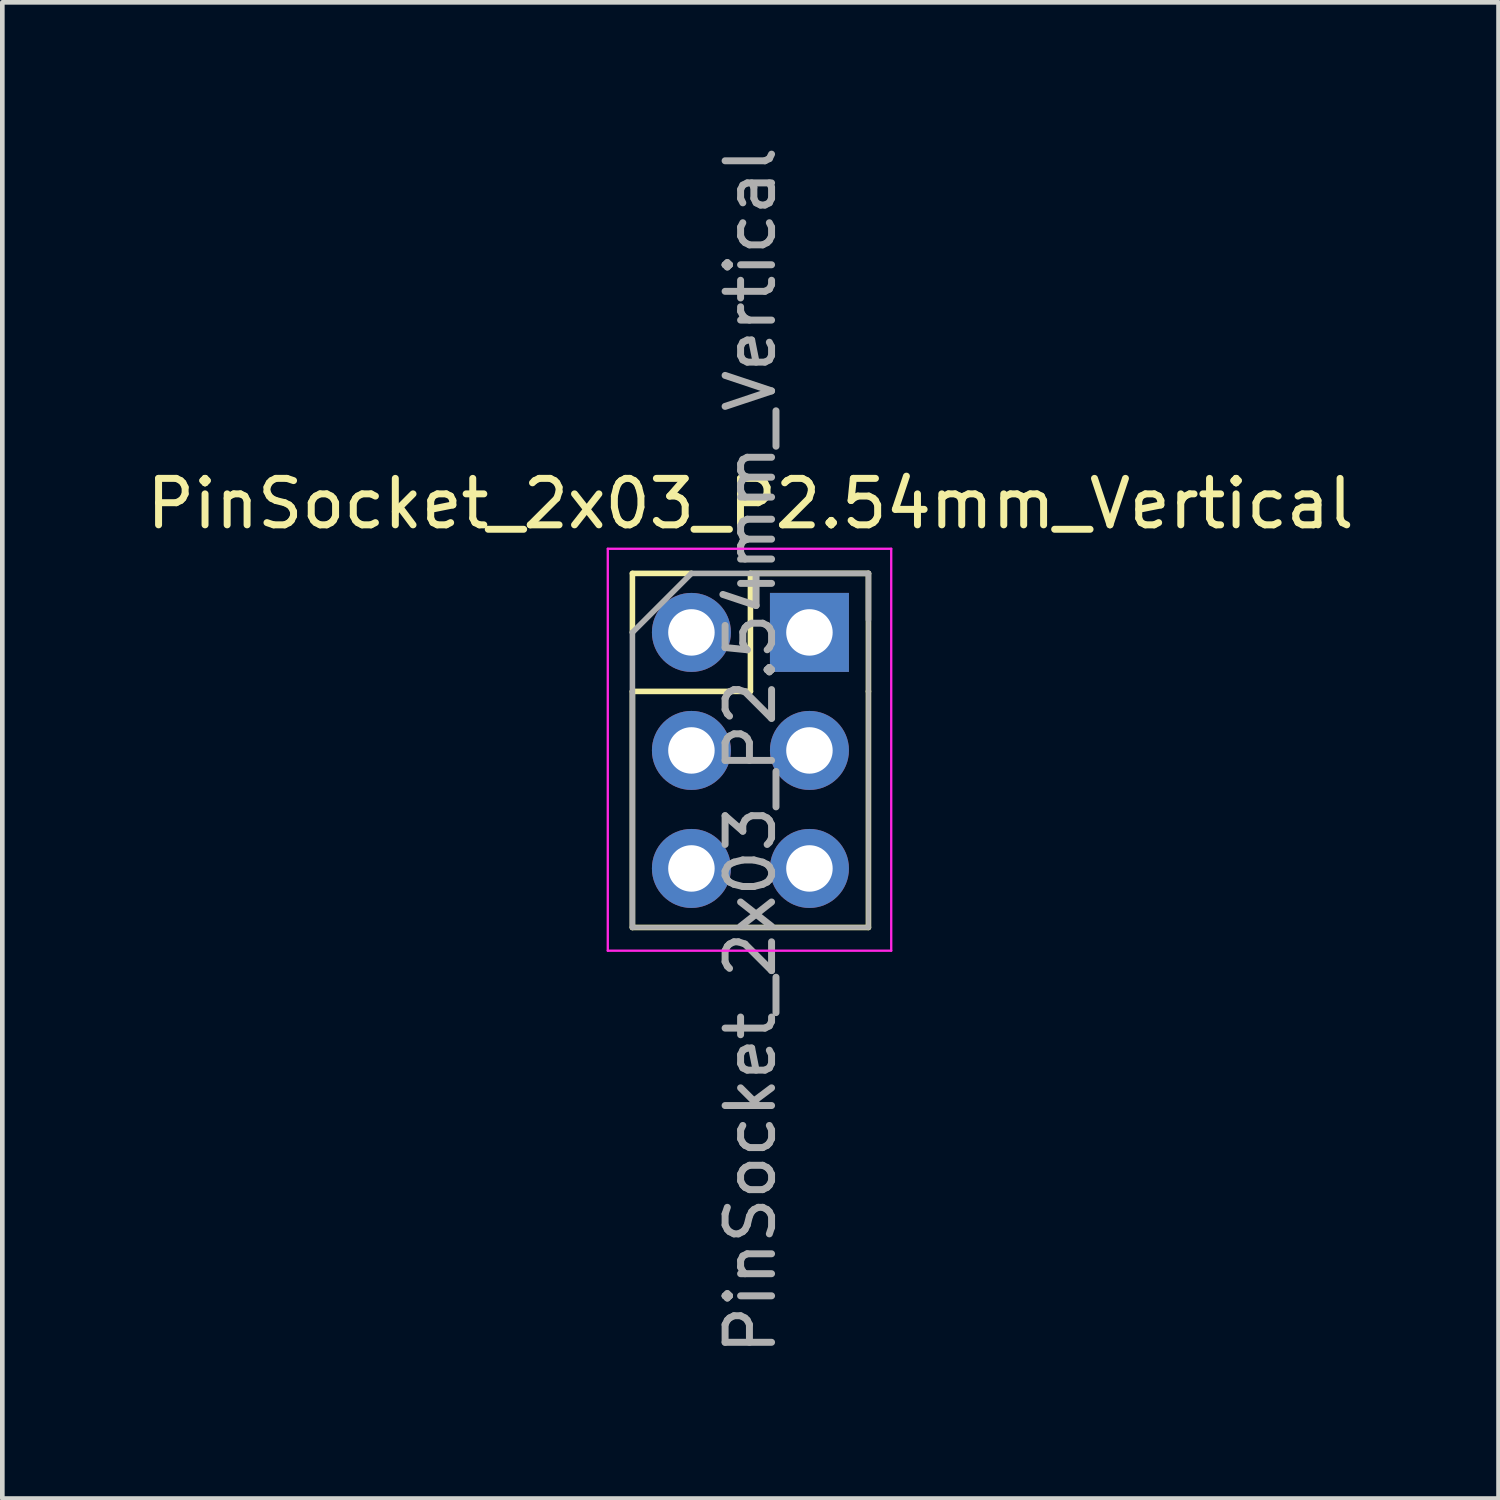
<source format=kicad_pcb>
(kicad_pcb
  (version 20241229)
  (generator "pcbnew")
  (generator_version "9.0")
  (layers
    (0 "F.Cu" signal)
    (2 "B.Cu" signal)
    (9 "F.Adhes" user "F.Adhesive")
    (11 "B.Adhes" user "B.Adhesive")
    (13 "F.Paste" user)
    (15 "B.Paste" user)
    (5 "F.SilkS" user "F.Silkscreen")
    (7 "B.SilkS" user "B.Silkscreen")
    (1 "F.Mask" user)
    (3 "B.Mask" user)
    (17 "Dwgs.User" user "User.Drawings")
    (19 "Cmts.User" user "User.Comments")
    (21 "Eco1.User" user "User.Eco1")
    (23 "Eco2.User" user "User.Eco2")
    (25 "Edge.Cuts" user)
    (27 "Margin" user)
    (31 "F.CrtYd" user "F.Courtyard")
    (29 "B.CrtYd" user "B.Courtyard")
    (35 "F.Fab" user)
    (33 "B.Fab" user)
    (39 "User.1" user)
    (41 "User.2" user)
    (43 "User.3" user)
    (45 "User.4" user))
  (footprint "PinSocket_2x03_P2.54mm_Vertical"
    (layer "F.Cu")
    (at 11.831 10.561)
    (property "Reference" "PinSocket_2x03_P2.54mm_Vertical" (at 1.27 -2.77 0) (layer "F.SilkS") (effects (font (size 1 1) (thickness 0.15))))
    (attr through_hole)
    (fp_line (start -1.27 -1.27) (end 0 -1.27) (stroke (width 0.12) (type solid)) (layer "F.SilkS"))
    (fp_line (start -1.27 0) (end -1.27 -1.27) (stroke (width 0.12) (type solid)) (layer "F.SilkS"))
    (fp_line (start -1.27 1.27) (end -1.27 6.35) (stroke (width 0.12) (type solid)) (layer "F.SilkS"))
    (fp_line (start -1.27 6.35) (end 3.81 6.35) (stroke (width 0.12) (type solid)) (layer "F.SilkS"))
    (fp_line (start 1.27 -1.27) (end 1.27 1.27) (stroke (width 0.12) (type solid)) (layer "F.SilkS"))
    (fp_line (start 1.27 1.27) (end -1.27 1.27) (stroke (width 0.12) (type solid)) (layer "F.SilkS"))
    (fp_line (start 3.81 -1.27) (end 1.27 -1.27) (stroke (width 0.12) (type solid)) (layer "F.SilkS"))
    (fp_line (start 3.81 1.27) (end 3.81 -1.27) (stroke (width 0.12) (type solid)) (layer "F.SilkS"))
    (fp_line (start 3.81 1.27) (end 3.81 6.35) (stroke (width 0.12) (type solid)) (layer "F.SilkS"))
    (fp_line (start -1.8 -1.8) (end 4.3 -1.8) (stroke (width 0.05) (type solid)) (layer "F.CrtYd"))
    (fp_line (start -1.8 6.85) (end -1.8 -1.8) (stroke (width 0.05) (type solid)) (layer "F.CrtYd"))
    (fp_line (start 4.3 -1.8) (end 4.3 6.85) (stroke (width 0.05) (type solid)) (layer "F.CrtYd"))
    (fp_line (start 4.3 6.85) (end -1.8 6.85) (stroke (width 0.05) (type solid)) (layer "F.CrtYd"))
    (fp_line (start -1.27 0) (end 0 -1.27) (stroke (width 0.12) (type solid)) (layer "F.Fab"))
    (fp_line (start -1.27 6.35) (end -1.27 0) (stroke (width 0.12) (type solid)) (layer "F.Fab"))
    (fp_line (start 0 -1.27) (end 3.81 -1.27) (stroke (width 0.12) (type solid)) (layer "F.Fab"))
    (fp_line (start 3.81 -1.27) (end 3.81 -0.27) (stroke (width 0.12) (type solid)) (layer "F.Fab"))
    (fp_line (start 3.81 -0.27) (end 3.81 6.35) (stroke (width 0.1) (type solid)) (layer "F.Fab"))
    (fp_line (start 3.81 6.35) (end -1.27 6.35) (stroke (width 0.1) (type solid)) (layer "F.Fab"))
    (fp_text user "${REFERENCE}" (at 1.27 2.54 90) (layer "F.Fab") (effects (font (size 1 1) (thickness 0.15))))
    (pad "1" thru_hole oval (at 0 0) (size 1.7 1.7) (drill 1) (layers "*.Cu" "*.Mask"))
    (pad "2" thru_hole oval (at 0 2.54) (size 1.7 1.7) (drill 1) (layers "*.Cu" "*.Mask"))
    (pad "3" thru_hole oval (at 0 5.08) (size 1.7 1.7) (drill 1) (layers "*.Cu" "*.Mask"))
    (pad "4" thru_hole oval (at 2.54 5.08) (size 1.7 1.7) (drill 1) (layers "*.Cu" "*.Mask"))
    (pad "5" thru_hole oval (at 2.54 2.54) (size 1.7 1.7) (drill 1) (layers "*.Cu" "*.Mask"))
    (pad "6" thru_hole rect (at 2.54 0) (size 1.7 1.7) (drill 1) (layers "*.Cu" "*.Mask")))
  (gr_rect
    (start -3 -3)
    (end 29.202 29.202)
    (stroke (width 0.1) (type default))
    (fill no)
    (layer "Edge.Cuts")))
</source>
